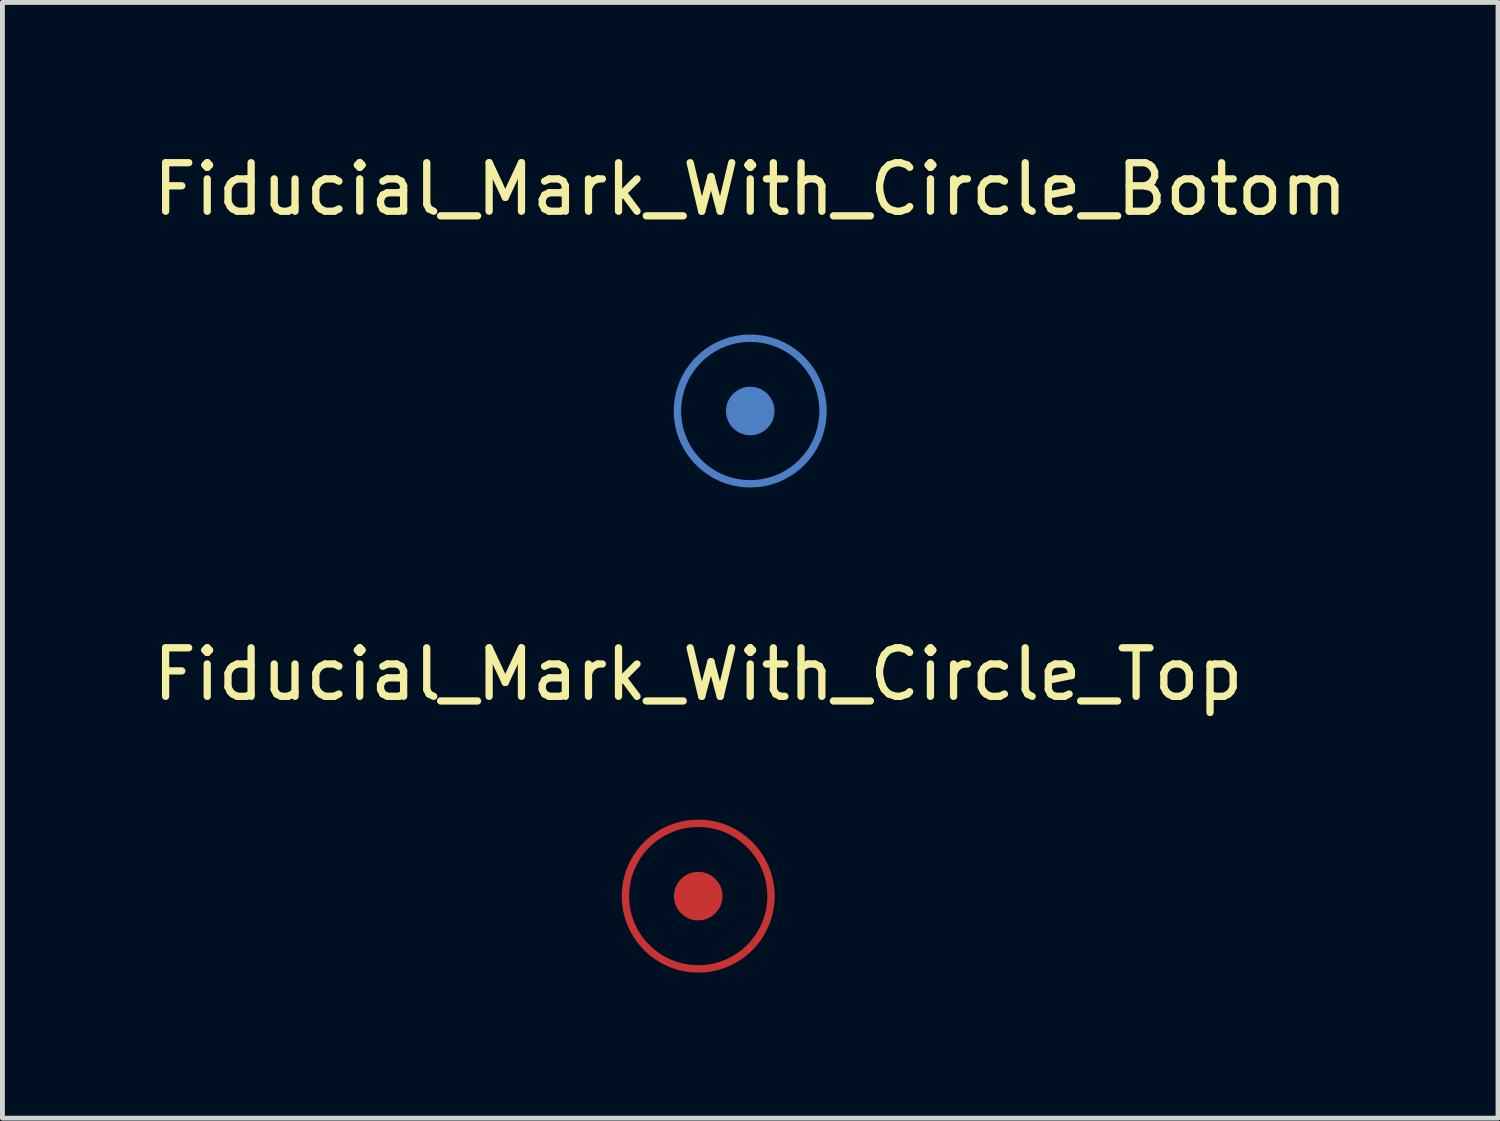
<source format=kicad_pcb>
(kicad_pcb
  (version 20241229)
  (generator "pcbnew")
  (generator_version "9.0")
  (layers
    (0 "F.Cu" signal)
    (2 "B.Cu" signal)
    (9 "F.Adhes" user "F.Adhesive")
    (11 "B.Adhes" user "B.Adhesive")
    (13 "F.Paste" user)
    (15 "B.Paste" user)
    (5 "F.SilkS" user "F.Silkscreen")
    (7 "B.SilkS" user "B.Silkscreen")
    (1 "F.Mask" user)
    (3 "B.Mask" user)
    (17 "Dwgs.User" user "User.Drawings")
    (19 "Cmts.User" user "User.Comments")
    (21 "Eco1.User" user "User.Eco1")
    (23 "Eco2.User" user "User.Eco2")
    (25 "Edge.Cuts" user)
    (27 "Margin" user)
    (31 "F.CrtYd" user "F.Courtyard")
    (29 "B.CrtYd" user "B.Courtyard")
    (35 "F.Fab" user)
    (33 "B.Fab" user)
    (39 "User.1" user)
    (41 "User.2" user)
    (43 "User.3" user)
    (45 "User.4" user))
  (footprint "Fiducial_Mark_With_Circle_Botom"
    (layer "F.Cu")
    (at 12.411 5.42)
    (property "Reference" "Fiducial_Mark_With_Circle_Botom" (at 0 -4.572 0) (layer "F.SilkS") (effects (font (size 1 1) (thickness 0.15))))
    (attr through_hole)
    (fp_circle (center 0 0) (end 1.5 0) (stroke (width 0.152) (type solid)) (fill no) (layer "B.Cu"))
    (pad "1" smd circle (at 0 0) (size 1 1) (layers "B.Cu" "B.Mask")))
  (footprint "Fiducial_Mark_With_Circle_Top"
    (layer "F.Cu")
    (at 11.339 15.417)
    (property "Reference" "Fiducial_Mark_With_Circle_Top" (at 0 -4.572 0) (layer "F.SilkS") (effects (font (size 1 1) (thickness 0.15))))
    (attr through_hole)
    (fp_circle (center 0 0) (end 1.5 0) (stroke (width 0.152) (type solid)) (fill no) (layer "F.Cu"))
    (pad "1" smd circle (at 0 0) (size 1 1) (layers "F.Cu" "F.Mask")))
  (gr_rect
    (start -3 -3)
    (end 27.821 19.993)
    (stroke (width 0.1) (type default))
    (fill no)
    (layer "Edge.Cuts")))
</source>
